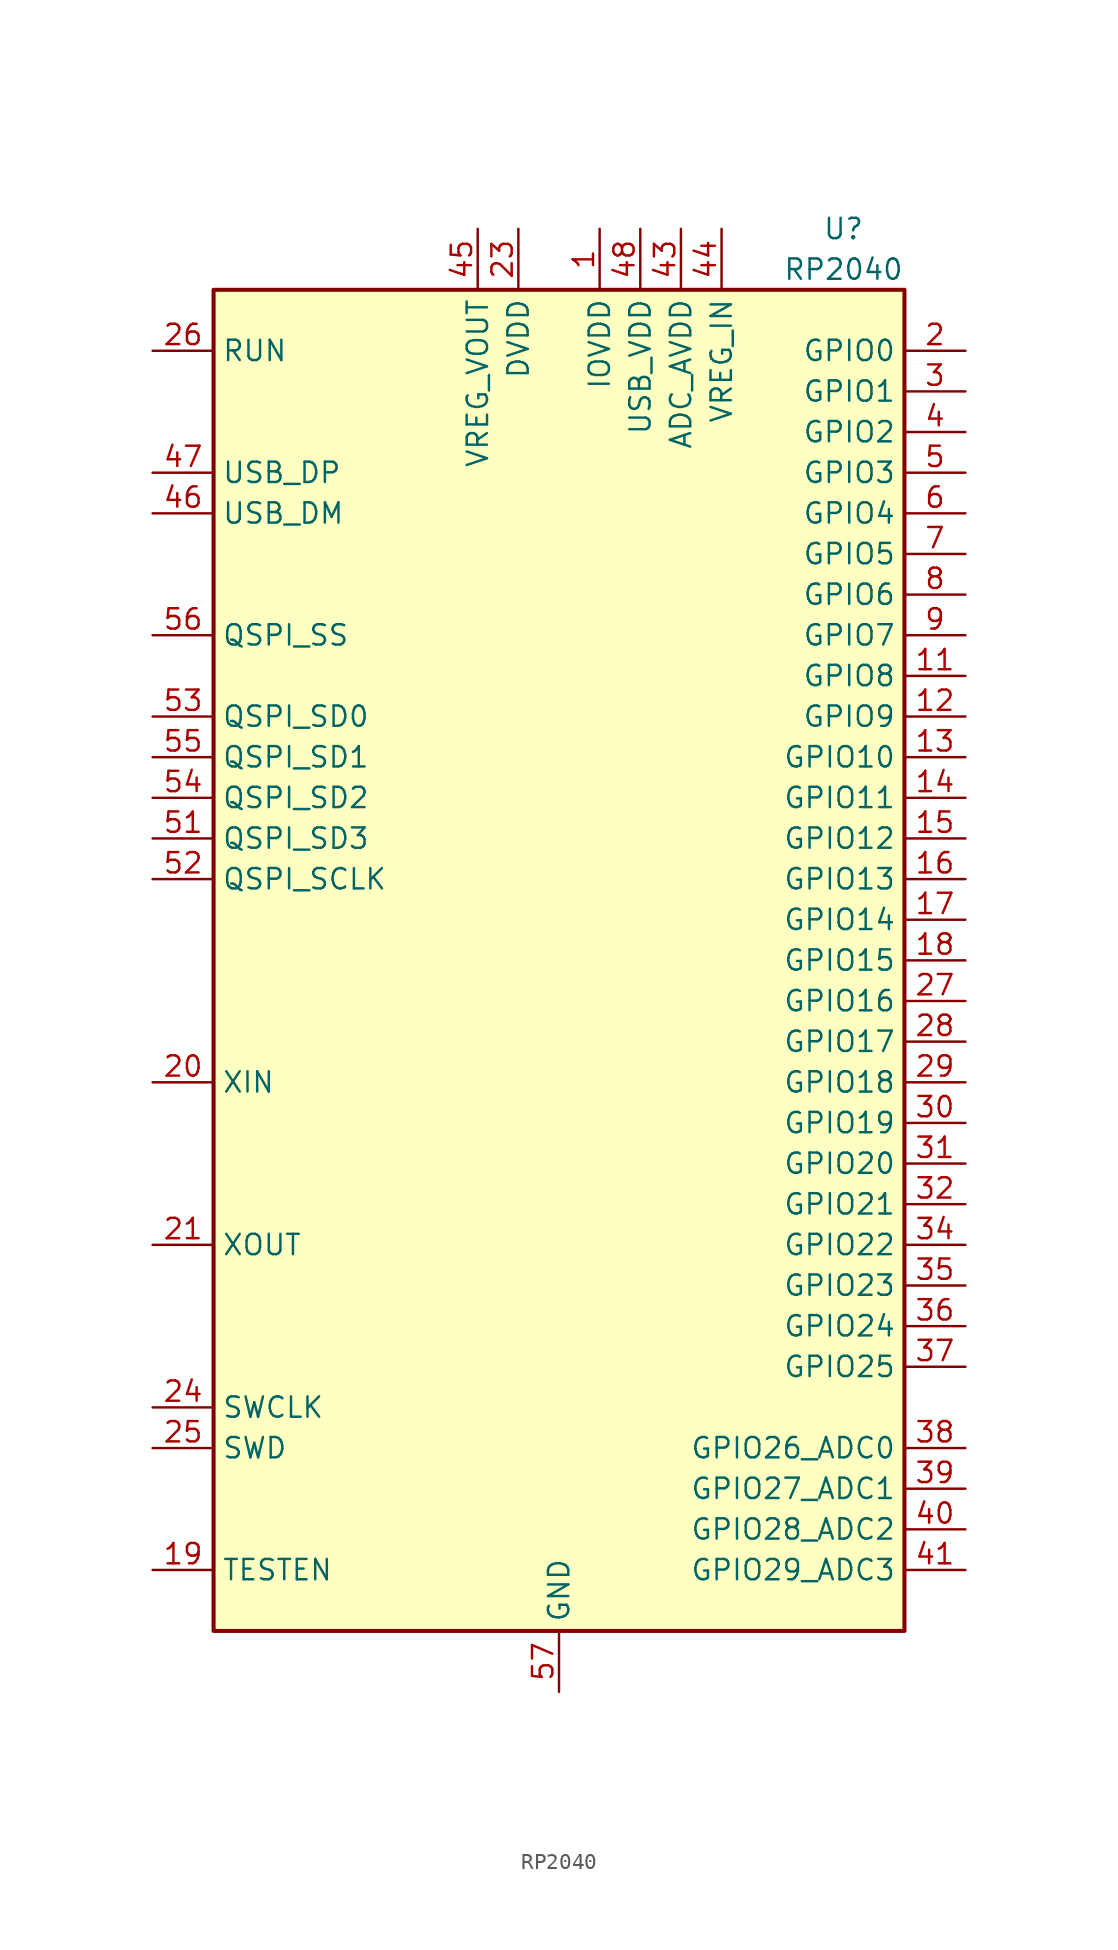
<source format=kicad_sym>
(kicad_symbol_lib
  (version 20231120)
  (generator "kicad_symbol_editor")
  (generator_version "8.0")
  (symbol "RP2040"
    (property "Reference" "U"
      (at 17.78 45.72 0)
      (effects (font (size 1.27 1.27))))
    (property "Value" "RP2040"
      (at 17.78 43.18 0)
      (effects (font (size 1.27 1.27))))
    (symbol "RP2040_0_1"
      (rectangle (start -21.59 41.91) (end 21.59 -41.91) (stroke (width 0.254) (type default)) (fill (type background))))
    (symbol "RP2040_1_1"
      (pin power_in line (at 2.54 45.72 270) (length 3.81) (name "IOVDD" (effects (font (size 1.27 1.27)))) (number "1" (effects (font (size 1.27 1.27)))))
      (pin passive line (at 2.54 45.72 270) (length 3.81) hide (name "IOVDD" (effects (font (size 1.27 1.27)))) (number "10" (effects (font (size 1.27 1.27)))))
      (pin bidirectional line (at 25.4 17.78 180) (length 3.81) (name "GPIO8" (effects (font (size 1.27 1.27)))) (number "11" (effects (font (size 1.27 1.27)))))
      (pin bidirectional line (at 25.4 15.24 180) (length 3.81) (name "GPIO9" (effects (font (size 1.27 1.27)))) (number "12" (effects (font (size 1.27 1.27)))))
      (pin bidirectional line (at 25.4 12.7 180) (length 3.81) (name "GPIO10" (effects (font (size 1.27 1.27)))) (number "13" (effects (font (size 1.27 1.27)))))
      (pin bidirectional line (at 25.4 10.16 180) (length 3.81) (name "GPIO11" (effects (font (size 1.27 1.27)))) (number "14" (effects (font (size 1.27 1.27)))))
      (pin bidirectional line (at 25.4 7.62 180) (length 3.81) (name "GPIO12" (effects (font (size 1.27 1.27)))) (number "15" (effects (font (size 1.27 1.27)))))
      (pin bidirectional line (at 25.4 5.08 180) (length 3.81) (name "GPIO13" (effects (font (size 1.27 1.27)))) (number "16" (effects (font (size 1.27 1.27)))))
      (pin bidirectional line (at 25.4 2.54 180) (length 3.81) (name "GPIO14" (effects (font (size 1.27 1.27)))) (number "17" (effects (font (size 1.27 1.27)))))
      (pin bidirectional line (at 25.4 0 180) (length 3.81) (name "GPIO15" (effects (font (size 1.27 1.27)))) (number "18" (effects (font (size 1.27 1.27)))))
      (pin input line (at -25.4 -38.1 0) (length 3.81) (name "TESTEN" (effects (font (size 1.27 1.27)))) (number "19" (effects (font (size 1.27 1.27)))))
      (pin bidirectional line (at 25.4 38.1 180) (length 3.81) (name "GPIO0" (effects (font (size 1.27 1.27)))) (number "2" (effects (font (size 1.27 1.27)))))
      (pin input line (at -25.4 -7.62 0) (length 3.81) (name "XIN" (effects (font (size 1.27 1.27)))) (number "20" (effects (font (size 1.27 1.27)))))
      (pin passive line (at -25.4 -17.78 0) (length 3.81) (name "XOUT" (effects (font (size 1.27 1.27)))) (number "21" (effects (font (size 1.27 1.27)))))
      (pin passive line (at 2.54 45.72 270) (length 3.81) hide (name "IOVDD" (effects (font (size 1.27 1.27)))) (number "22" (effects (font (size 1.27 1.27)))))
      (pin power_in line (at -2.54 45.72 270) (length 3.81) (name "DVDD" (effects (font (size 1.27 1.27)))) (number "23" (effects (font (size 1.27 1.27)))))
      (pin input line (at -25.4 -27.94 0) (length 3.81) (name "SWCLK" (effects (font (size 1.27 1.27)))) (number "24" (effects (font (size 1.27 1.27)))))
      (pin bidirectional line (at -25.4 -30.48 0) (length 3.81) (name "SWD" (effects (font (size 1.27 1.27)))) (number "25" (effects (font (size 1.27 1.27)))))
      (pin input line (at -25.4 38.1 0) (length 3.81) (name "RUN" (effects (font (size 1.27 1.27)))) (number "26" (effects (font (size 1.27 1.27)))))
      (pin bidirectional line (at 25.4 -2.54 180) (length 3.81) (name "GPIO16" (effects (font (size 1.27 1.27)))) (number "27" (effects (font (size 1.27 1.27)))))
      (pin bidirectional line (at 25.4 -5.08 180) (length 3.81) (name "GPIO17" (effects (font (size 1.27 1.27)))) (number "28" (effects (font (size 1.27 1.27)))))
      (pin bidirectional line (at 25.4 -7.62 180) (length 3.81) (name "GPIO18" (effects (font (size 1.27 1.27)))) (number "29" (effects (font (size 1.27 1.27)))))
      (pin bidirectional line (at 25.4 35.56 180) (length 3.81) (name "GPIO1" (effects (font (size 1.27 1.27)))) (number "3" (effects (font (size 1.27 1.27)))))
      (pin bidirectional line (at 25.4 -10.16 180) (length 3.81) (name "GPIO19" (effects (font (size 1.27 1.27)))) (number "30" (effects (font (size 1.27 1.27)))))
      (pin bidirectional line (at 25.4 -12.7 180) (length 3.81) (name "GPIO20" (effects (font (size 1.27 1.27)))) (number "31" (effects (font (size 1.27 1.27)))))
      (pin bidirectional line (at 25.4 -15.24 180) (length 3.81) (name "GPIO21" (effects (font (size 1.27 1.27)))) (number "32" (effects (font (size 1.27 1.27)))))
      (pin passive line (at 2.54 45.72 270) (length 3.81) hide (name "IOVDD" (effects (font (size 1.27 1.27)))) (number "33" (effects (font (size 1.27 1.27)))))
      (pin bidirectional line (at 25.4 -17.78 180) (length 3.81) (name "GPIO22" (effects (font (size 1.27 1.27)))) (number "34" (effects (font (size 1.27 1.27)))))
      (pin bidirectional line (at 25.4 -20.32 180) (length 3.81) (name "GPIO23" (effects (font (size 1.27 1.27)))) (number "35" (effects (font (size 1.27 1.27)))))
      (pin bidirectional line (at 25.4 -22.86 180) (length 3.81) (name "GPIO24" (effects (font (size 1.27 1.27)))) (number "36" (effects (font (size 1.27 1.27)))))
      (pin bidirectional line (at 25.4 -25.4 180) (length 3.81) (name "GPIO25" (effects (font (size 1.27 1.27)))) (number "37" (effects (font (size 1.27 1.27)))))
      (pin bidirectional line (at 25.4 -30.48 180) (length 3.81) (name "GPIO26_ADC0" (effects (font (size 1.27 1.27)))) (number "38" (effects (font (size 1.27 1.27)))))
      (pin bidirectional line (at 25.4 -33.02 180) (length 3.81) (name "GPIO27_ADC1" (effects (font (size 1.27 1.27)))) (number "39" (effects (font (size 1.27 1.27)))))
      (pin bidirectional line (at 25.4 33.02 180) (length 3.81) (name "GPIO2" (effects (font (size 1.27 1.27)))) (number "4" (effects (font (size 1.27 1.27)))))
      (pin bidirectional line (at 25.4 -35.56 180) (length 3.81) (name "GPIO28_ADC2" (effects (font (size 1.27 1.27)))) (number "40" (effects (font (size 1.27 1.27)))))
      (pin bidirectional line (at 25.4 -38.1 180) (length 3.81) (name "GPIO29_ADC3" (effects (font (size 1.27 1.27)))) (number "41" (effects (font (size 1.27 1.27)))))
      (pin passive line (at 2.54 45.72 270) (length 3.81) hide (name "IOVDD" (effects (font (size 1.27 1.27)))) (number "42" (effects (font (size 1.27 1.27)))))
      (pin power_in line (at 7.62 45.72 270) (length 3.81) (name "ADC_AVDD" (effects (font (size 1.27 1.27)))) (number "43" (effects (font (size 1.27 1.27)))))
      (pin power_in line (at 10.16 45.72 270) (length 3.81) (name "VREG_IN" (effects (font (size 1.27 1.27)))) (number "44" (effects (font (size 1.27 1.27)))))
      (pin power_out line (at -5.08 45.72 270) (length 3.81) (name "VREG_VOUT" (effects (font (size 1.27 1.27)))) (number "45" (effects (font (size 1.27 1.27)))))
      (pin bidirectional line (at -25.4 27.94 0) (length 3.81) (name "USB_DM" (effects (font (size 1.27 1.27)))) (number "46" (effects (font (size 1.27 1.27)))))
      (pin bidirectional line (at -25.4 30.48 0) (length 3.81) (name "USB_DP" (effects (font (size 1.27 1.27)))) (number "47" (effects (font (size 1.27 1.27)))))
      (pin power_in line (at 5.08 45.72 270) (length 3.81) (name "USB_VDD" (effects (font (size 1.27 1.27)))) (number "48" (effects (font (size 1.27 1.27)))))
      (pin passive line (at 2.54 45.72 270) (length 3.81) hide (name "IOVDD" (effects (font (size 1.27 1.27)))) (number "49" (effects (font (size 1.27 1.27)))))
      (pin bidirectional line (at 25.4 30.48 180) (length 3.81) (name "GPIO3" (effects (font (size 1.27 1.27)))) (number "5" (effects (font (size 1.27 1.27)))))
      (pin passive line (at -2.54 45.72 270) (length 3.81) hide (name "DVDD" (effects (font (size 1.27 1.27)))) (number "50" (effects (font (size 1.27 1.27)))))
      (pin bidirectional line (at -25.4 7.62 0) (length 3.81) (name "QSPI_SD3" (effects (font (size 1.27 1.27)))) (number "51" (effects (font (size 1.27 1.27)))))
      (pin output line (at -25.4 5.08 0) (length 3.81) (name "QSPI_SCLK" (effects (font (size 1.27 1.27)))) (number "52" (effects (font (size 1.27 1.27)))))
      (pin bidirectional line (at -25.4 15.24 0) (length 3.81) (name "QSPI_SD0" (effects (font (size 1.27 1.27)))) (number "53" (effects (font (size 1.27 1.27)))))
      (pin bidirectional line (at -25.4 10.16 0) (length 3.81) (name "QSPI_SD2" (effects (font (size 1.27 1.27)))) (number "54" (effects (font (size 1.27 1.27)))))
      (pin bidirectional line (at -25.4 12.7 0) (length 3.81) (name "QSPI_SD1" (effects (font (size 1.27 1.27)))) (number "55" (effects (font (size 1.27 1.27)))))
      (pin bidirectional line (at -25.4 20.32 0) (length 3.81) (name "QSPI_SS" (effects (font (size 1.27 1.27)))) (number "56" (effects (font (size 1.27 1.27)))))
      (pin power_in line (at 0 -45.72 90) (length 3.81) (name "GND" (effects (font (size 1.27 1.27)))) (number "57" (effects (font (size 1.27 1.27)))))
      (pin bidirectional line (at 25.4 27.94 180) (length 3.81) (name "GPIO4" (effects (font (size 1.27 1.27)))) (number "6" (effects (font (size 1.27 1.27)))))
      (pin bidirectional line (at 25.4 25.4 180) (length 3.81) (name "GPIO5" (effects (font (size 1.27 1.27)))) (number "7" (effects (font (size 1.27 1.27)))))
      (pin bidirectional line (at 25.4 22.86 180) (length 3.81) (name "GPIO6" (effects (font (size 1.27 1.27)))) (number "8" (effects (font (size 1.27 1.27)))))
      (pin bidirectional line (at 25.4 20.32 180) (length 3.81) (name "GPIO7" (effects (font (size 1.27 1.27)))) (number "9" (effects (font (size 1.27 1.27))))))))
</source>
